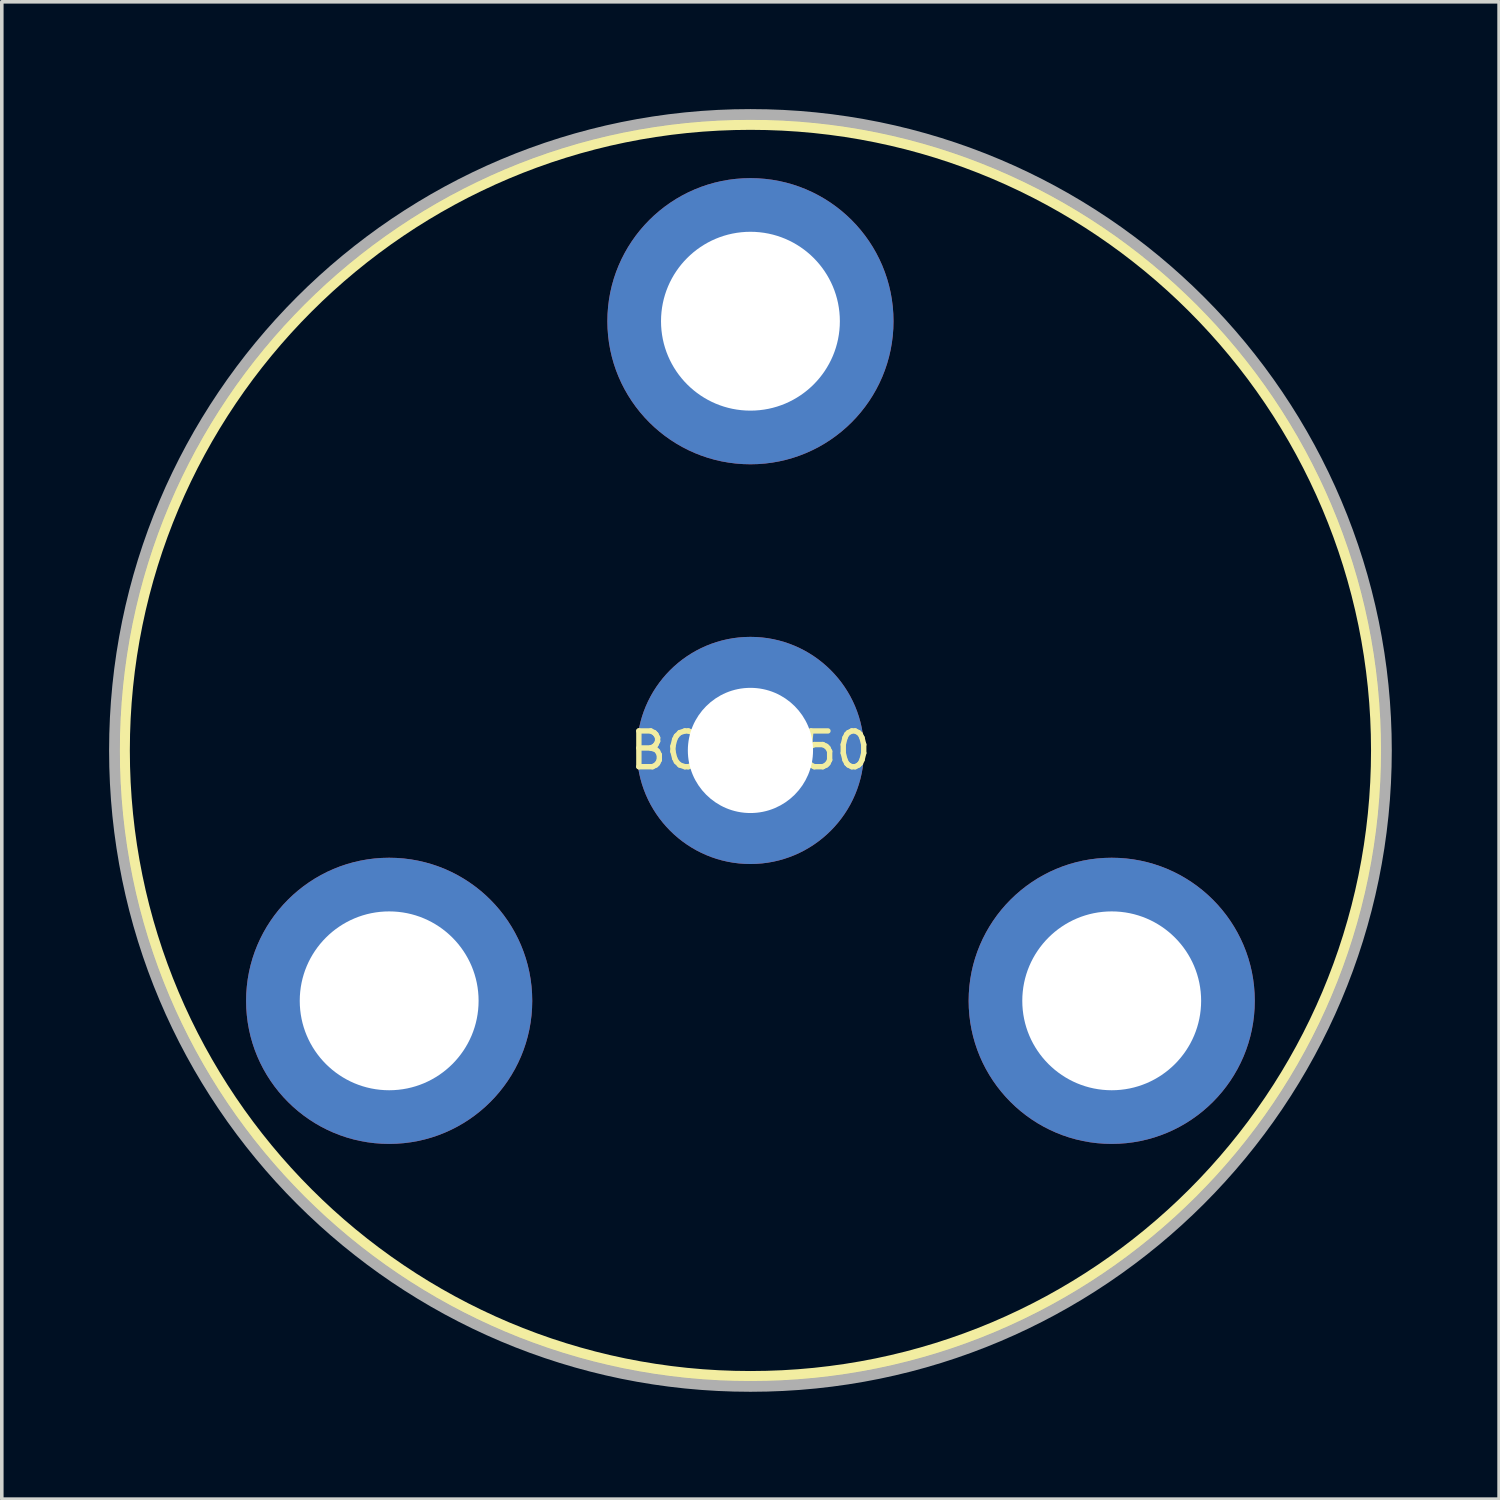
<source format=kicad_pcb>
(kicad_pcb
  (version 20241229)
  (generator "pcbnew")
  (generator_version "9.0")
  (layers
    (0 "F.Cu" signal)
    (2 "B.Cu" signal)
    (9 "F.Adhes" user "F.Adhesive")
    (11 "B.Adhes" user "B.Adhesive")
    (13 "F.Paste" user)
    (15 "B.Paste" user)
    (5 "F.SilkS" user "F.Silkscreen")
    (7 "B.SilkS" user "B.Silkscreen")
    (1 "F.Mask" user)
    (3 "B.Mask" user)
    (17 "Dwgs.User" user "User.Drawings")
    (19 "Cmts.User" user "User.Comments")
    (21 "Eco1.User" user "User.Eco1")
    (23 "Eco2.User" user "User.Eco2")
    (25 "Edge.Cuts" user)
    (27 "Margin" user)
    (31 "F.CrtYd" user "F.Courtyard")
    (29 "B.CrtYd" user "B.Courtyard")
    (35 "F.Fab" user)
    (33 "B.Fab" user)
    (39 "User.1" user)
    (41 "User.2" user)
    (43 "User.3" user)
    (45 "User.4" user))
  (footprint "BCAP350"
    (layer "F.Cu")
    (at 17.93 17.93)
    (property "Reference" "BCAP350" (at 0 0 0) (layer "F.SilkS") (effects (font (size 1 1) (thickness 0.15))))
    (attr through_hole)
    (fp_circle (center 0 0) (end 17.5 0) (stroke (width 0.3) (type solid)) (fill no) (layer "F.SilkS"))
    (fp_circle (center 0 0) (end 0 -17.78) (stroke (width 0.3) (type solid)) (fill no) (layer "F.Fab"))
    (pad "1" thru_hole circle (at -10.1 7) (size 8 8) (drill 5) (layers "*.Cu" "*.Mask"))
    (pad "1" thru_hole circle (at 0 -12) (size 8 8) (drill 5) (layers "*.Cu" "*.Mask"))
    (pad "1" thru_hole circle (at 10.1 7) (size 8 8) (drill 5) (layers "*.Cu" "*.Mask"))
    (pad "2" thru_hole circle (at 0 0) (size 6.35 6.35) (drill 3.5) (layers "*.Cu" "*.Mask")))
  (gr_rect
    (start -3 -3)
    (end 38.86 38.86)
    (stroke (width 0.1) (type default))
    (fill no)
    (layer "Edge.Cuts")))
</source>
